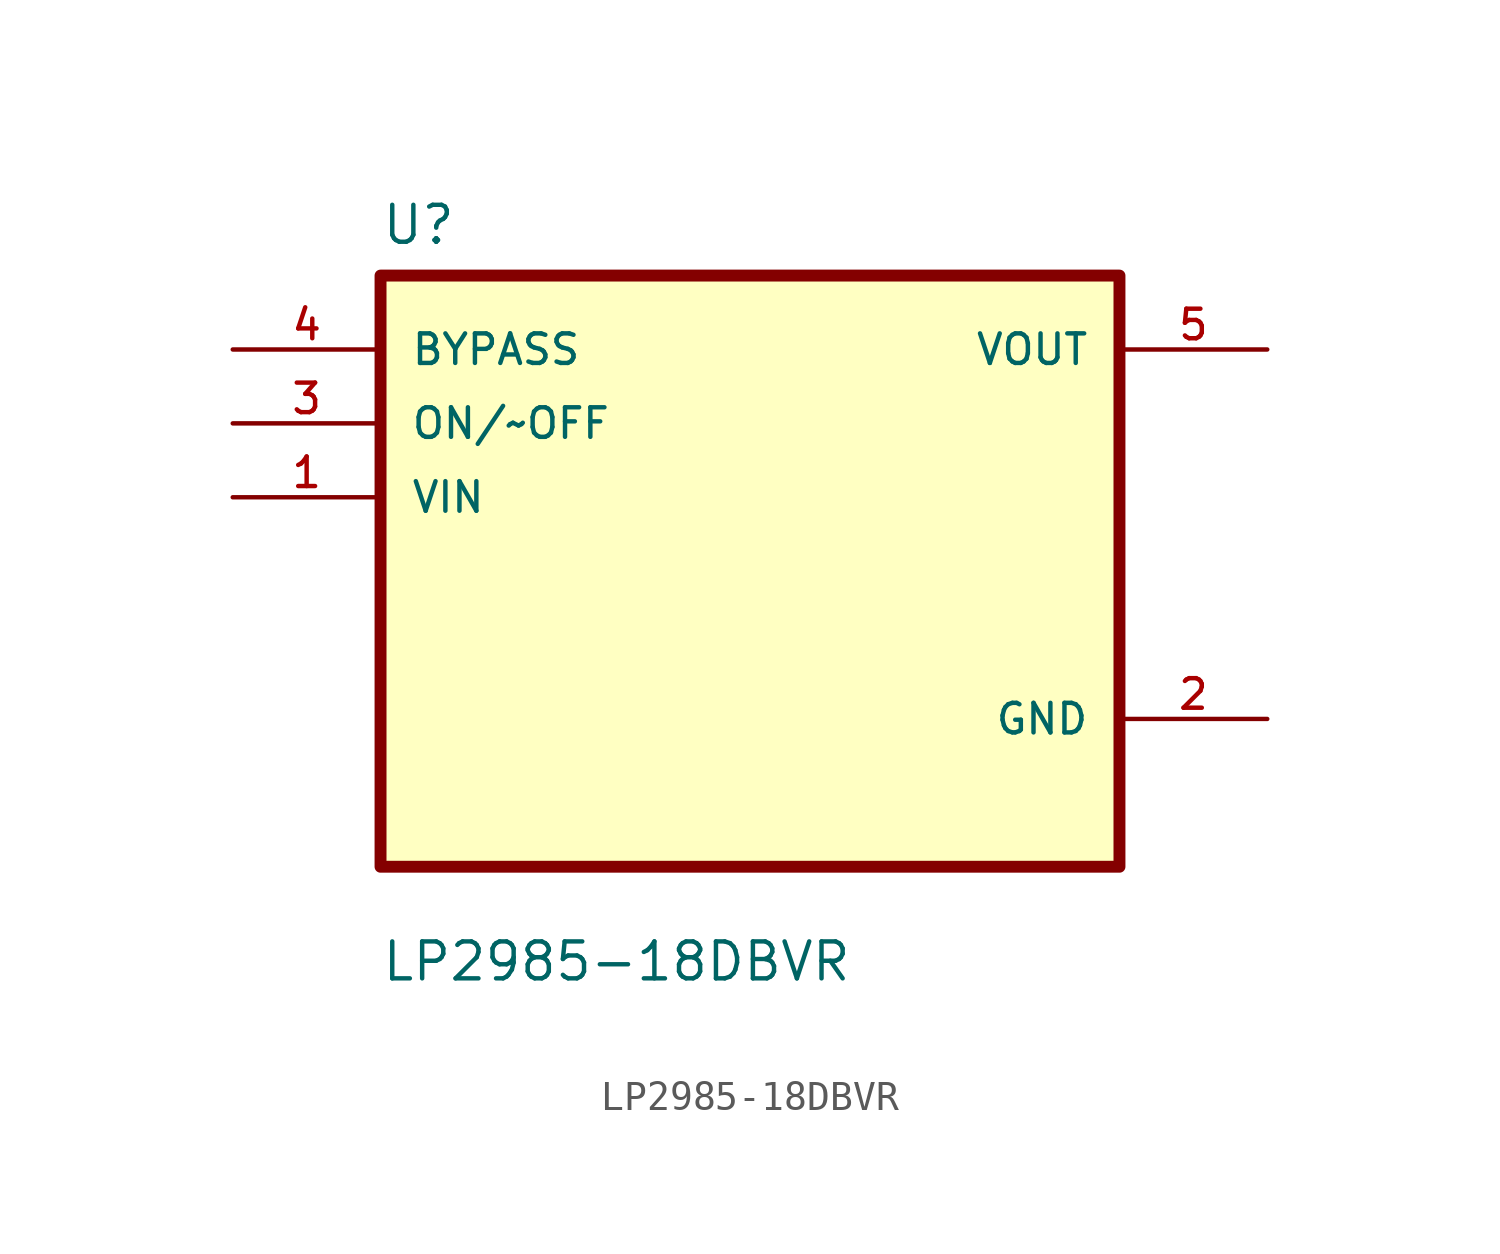
<source format=kicad_sym>
(kicad_symbol_lib
  (version 20241209)
  (generator "kicad_symbol_editor")
  (generator_version "9.0")
  (symbol "LP2985-18DBVR"
    (pin_names
      (offset 1.016))
    (property "Reference" "U"
      (at -12.7 11.16 0)
      (effects (font (size 1.27 1.27)) (justify left bottom)))
    (property "Value" "LP2985-18DBVR"
      (at -12.7 -14.16 0)
      (effects (font (size 1.27 1.27)) (justify left bottom)))
    (symbol "LP2985-18DBVR_0_0"
      (rectangle (start -12.7 -10.16) (end 12.7 10.16) (stroke (width 0.41) (type default)) (fill (type background)))
      (pin input line (at -17.78 7.62 0) (length 5.08) (name "BYPASS" (effects (font (size 1.016 1.016)))) (number "4" (effects (font (size 1.016 1.016)))))
      (pin input line (at -17.78 5.08 0) (length 5.08) (name "ON/~OFF" (effects (font (size 1.016 1.016)))) (number "3" (effects (font (size 1.016 1.016)))))
      (pin input line (at -17.78 2.54 0) (length 5.08) (name "VIN" (effects (font (size 1.016 1.016)))) (number "1" (effects (font (size 1.016 1.016)))))
      (pin output line (at 17.78 7.62 180) (length 5.08) (name "VOUT" (effects (font (size 1.016 1.016)))) (number "5" (effects (font (size 1.016 1.016)))))
      (pin power_in line (at 17.78 -5.08 180) (length 5.08) (name "GND" (effects (font (size 1.016 1.016)))) (number "2" (effects (font (size 1.016 1.016))))))))
</source>
